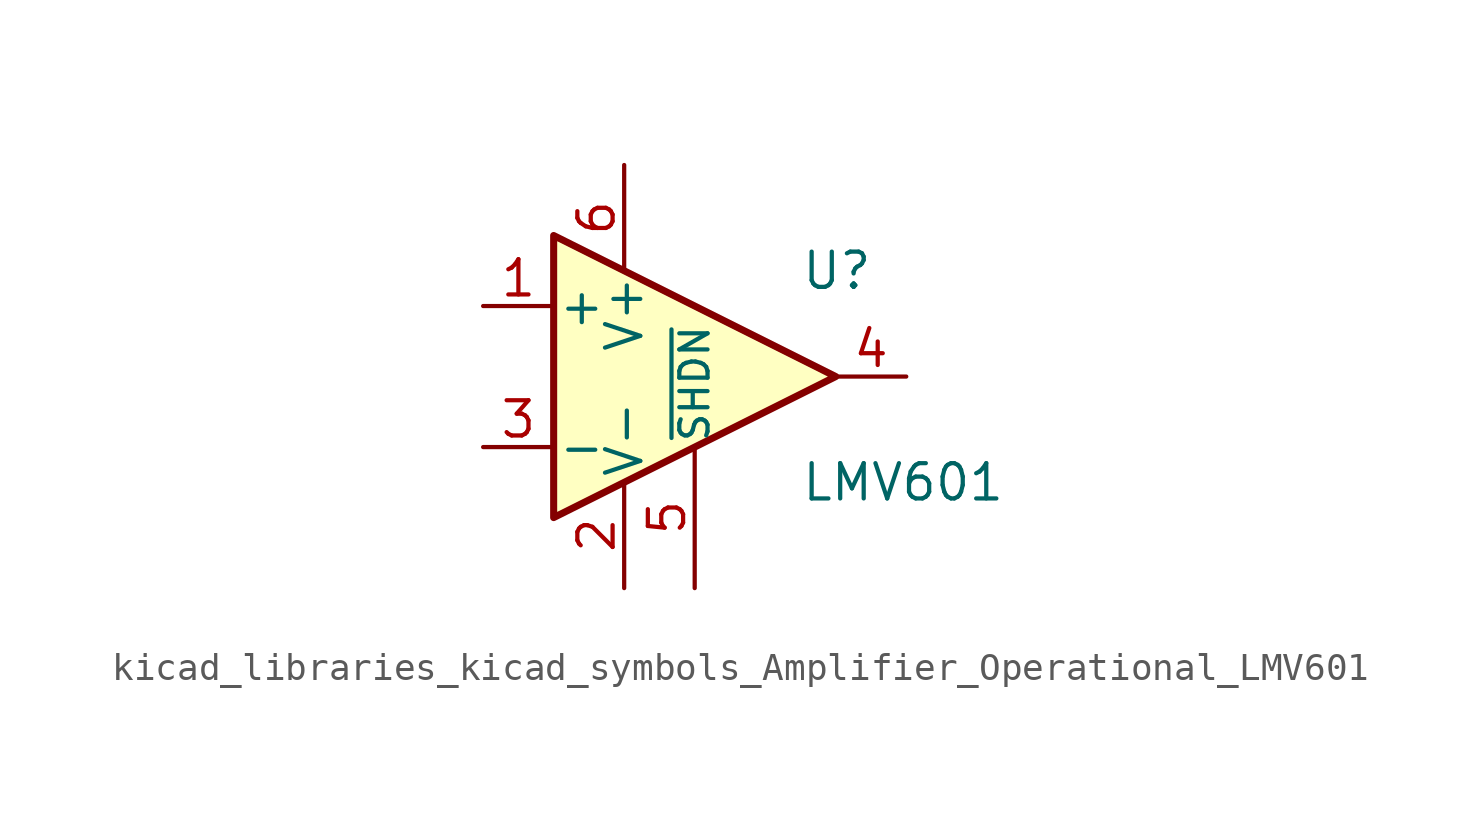
<source format=kicad_sym>
(kicad_symbol_lib
  (version 20220914)
  (generator kicad_symbol_editor)
  (symbol "kicad_libraries_kicad_symbols_Amplifier_Operational_LMV601"
    (pin_names
      (offset 0.127))
    (property "Reference" "U"
      (at 3.81 3.81 0)
      (effects (font (size 1.27 1.27)) (justify left)))
    (property "Value" "LMV601"
      (at 3.81 -3.81 0)
      (effects (font (size 1.27 1.27)) (justify left)))
    (symbol "kicad_libraries_kicad_symbols_Amplifier_Operational_LMV601_0_1"
      (polyline (pts (xy -5.08 5.08) (xy 5.08 0) (xy -5.08 -5.08) (xy -5.08 5.08)) (stroke (width 0.254) (type default)) (fill (type background))))
    (symbol "kicad_libraries_kicad_symbols_Amplifier_Operational_LMV601_1_1"
      (pin input line (at -7.62 2.54 0) (length 2.54) (name "+" (effects (font (size 1.27 1.27)))) (number "1" (effects (font (size 1.27 1.27)))))
      (pin power_in line (at -2.54 -7.62 90) (length 3.81) (name "V-" (effects (font (size 1.27 1.27)))) (number "2" (effects (font (size 1.27 1.27)))))
      (pin input line (at -7.62 -2.54 0) (length 2.54) (name "-" (effects (font (size 1.27 1.27)))) (number "3" (effects (font (size 1.27 1.27)))))
      (pin output line (at 7.62 0 180) (length 2.54) (name "~" (effects (font (size 1.27 1.27)))) (number "4" (effects (font (size 1.27 1.27)))))
      (pin input line (at 0 -7.62 90) (length 5.08) (name "~{SHDN}" (effects (font (size 1.016 1.016)))) (number "5" (effects (font (size 1.27 1.27)))))
      (pin power_in line (at -2.54 7.62 270) (length 3.81) (name "V+" (effects (font (size 1.27 1.27)))) (number "6" (effects (font (size 1.27 1.27))))))))
</source>
